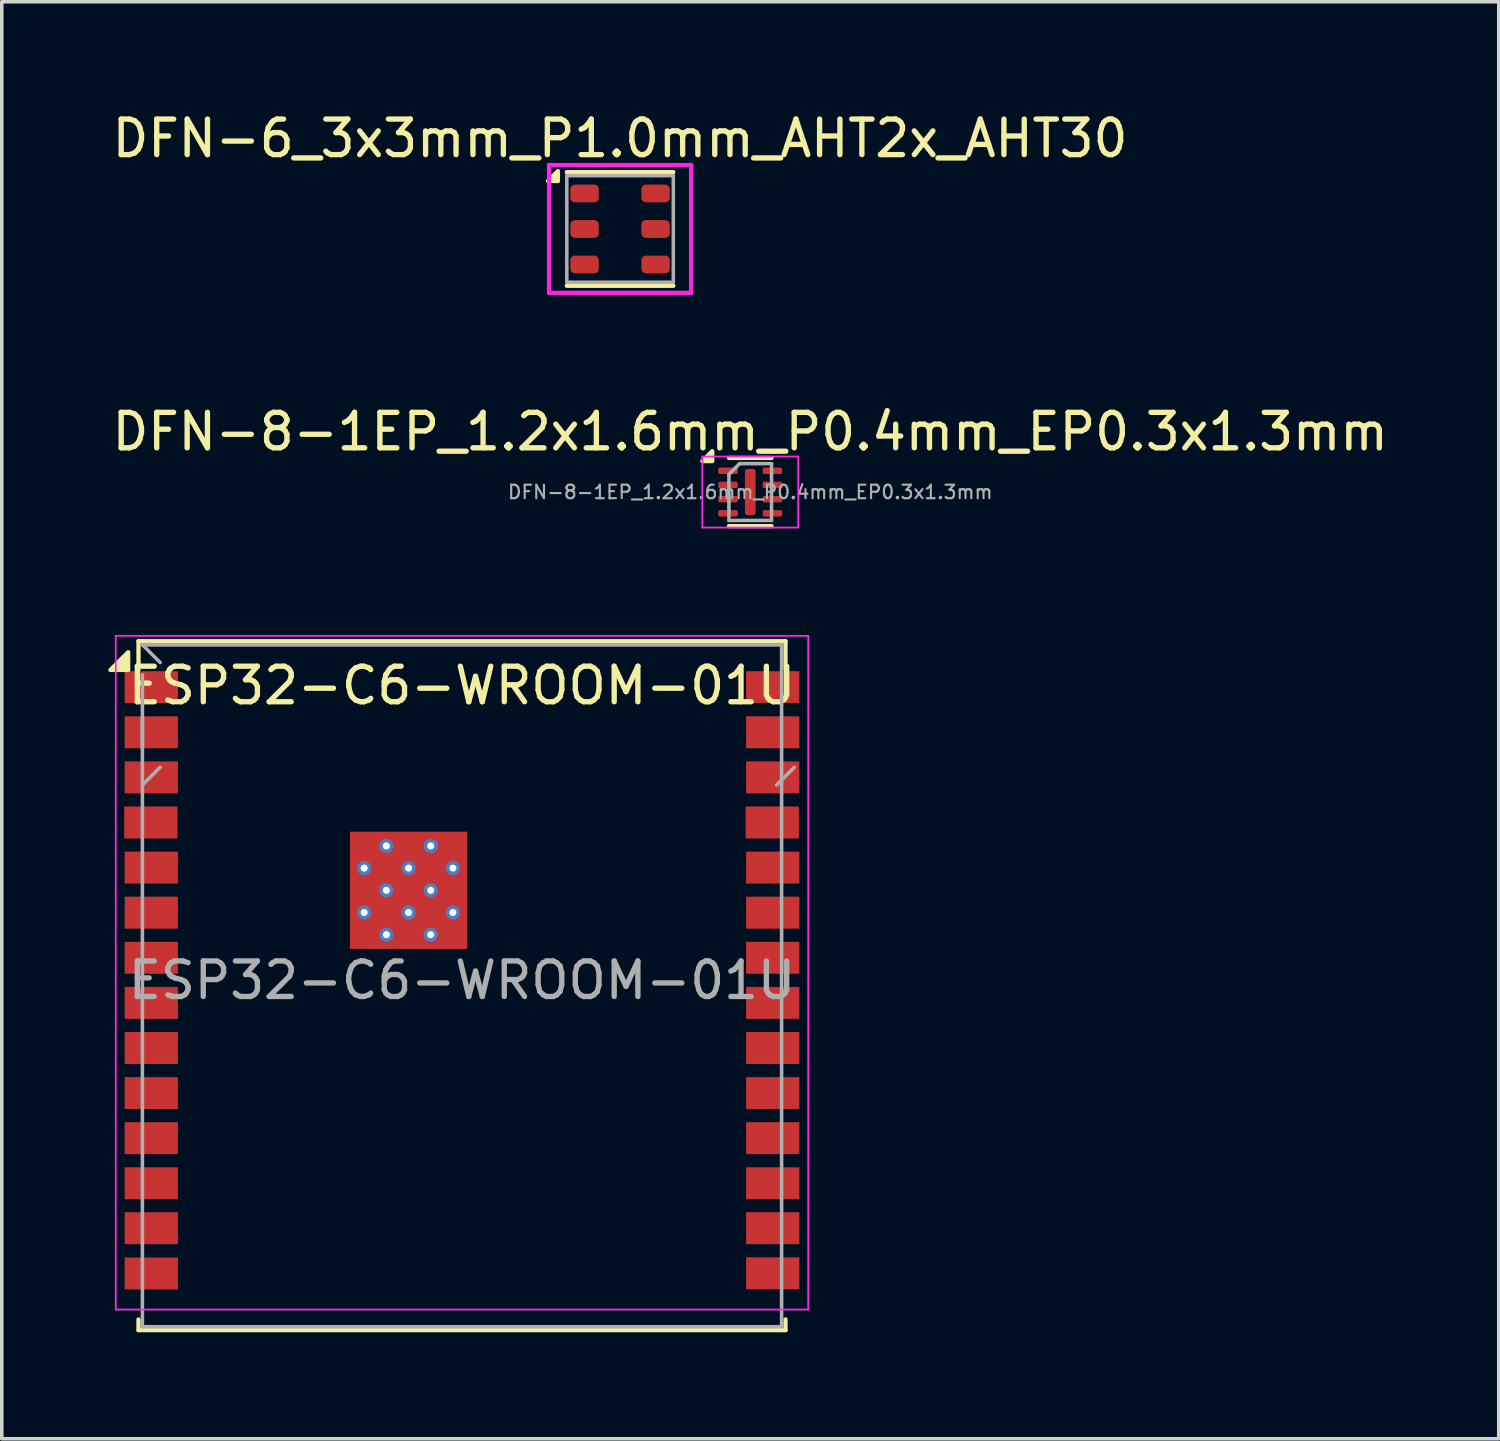
<source format=kicad_pcb>
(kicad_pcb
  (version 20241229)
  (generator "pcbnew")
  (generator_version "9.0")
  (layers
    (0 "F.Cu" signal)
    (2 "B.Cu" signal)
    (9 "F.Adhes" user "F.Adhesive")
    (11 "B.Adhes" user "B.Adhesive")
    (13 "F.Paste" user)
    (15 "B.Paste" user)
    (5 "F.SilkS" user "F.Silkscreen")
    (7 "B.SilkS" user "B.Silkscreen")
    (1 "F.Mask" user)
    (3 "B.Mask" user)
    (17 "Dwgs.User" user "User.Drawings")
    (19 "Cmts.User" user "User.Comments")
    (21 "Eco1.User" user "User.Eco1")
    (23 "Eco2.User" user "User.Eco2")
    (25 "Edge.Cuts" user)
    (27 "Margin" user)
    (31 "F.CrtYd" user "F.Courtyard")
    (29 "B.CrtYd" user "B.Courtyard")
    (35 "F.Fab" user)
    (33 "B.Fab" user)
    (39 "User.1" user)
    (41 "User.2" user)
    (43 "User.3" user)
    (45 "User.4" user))
  (footprint "ESP32-C6-WROOM-01U"
    (layer "F.Cu")
    (at 9.96 24.556)
    (property "Reference" "ESP32-C6-WROOM-01U" (at 0 -8.3 180) (layer "F.SilkS") (effects (font (size 1 1) (thickness 0.15))))
    (attr smd)
    (fp_line (start -9.11 -9.55) (end -9.11 -8.75) (stroke (width 0.12) (type solid)) (layer "F.SilkS"))
    (fp_line (start -9.11 -9.55) (end 9.11 -9.55) (stroke (width 0.12) (type solid)) (layer "F.SilkS"))
    (fp_line (start -9.11 9.55) (end -9.11 9.85) (stroke (width 0.12) (type solid)) (layer "F.SilkS"))
    (fp_line (start -9.11 9.85) (end 9.11 9.85) (stroke (width 0.12) (type solid)) (layer "F.SilkS"))
    (fp_line (start 9.11 -9.55) (end 9.11 -8.75) (stroke (width 0.12) (type solid)) (layer "F.SilkS"))
    (fp_line (start 9.11 9.55) (end 9.11 9.85) (stroke (width 0.12) (type solid)) (layer "F.SilkS"))
    (fp_poly (pts (xy -9.4 -8.74) (xy -9.9 -8.74) (xy -9.4 -9.24) (xy -9.4 -8.74)) (stroke (width 0.12) (type solid)) (fill yes) (layer "F.SilkS"))
    (fp_line (start -9.75 -9.7) (end 9.75 -9.7) (stroke (width 0.05) (type solid)) (layer "F.CrtYd"))
    (fp_line (start -9.75 9.271) (end -9.75 -9.7) (stroke (width 0.05) (type solid)) (layer "F.CrtYd"))
    (fp_line (start -9.75 9.271) (end 9.75 9.271) (stroke (width 0.05) (type solid)) (layer "F.CrtYd"))
    (fp_line (start 9.75 -9.7) (end 9.75 9.271) (stroke (width 0.05) (type solid)) (layer "F.CrtYd"))
    (fp_line (start -9 -9.45) (end -8.5 -8.95) (stroke (width 0.1) (type solid)) (layer "F.Fab"))
    (fp_line (start -9 -9.445) (end 9 -9.445) (stroke (width 0.1) (type solid)) (layer "F.Fab"))
    (fp_line (start -9 -8.601) (end -9 9.755) (stroke (width 0.1) (type solid)) (layer "F.Fab"))
    (fp_line (start -9 -7.4) (end -9 -6.5) (stroke (width 0.1) (type solid)) (layer "F.Fab"))
    (fp_line (start -9 9.755) (end 9 9.755) (stroke (width 0.1) (type solid)) (layer "F.Fab"))
    (fp_line (start -8.5 -6) (end -9 -5.5) (stroke (width 0.1) (type solid)) (layer "F.Fab"))
    (fp_line (start 9 9.755) (end 9 -9.445) (stroke (width 0.1) (type solid)) (layer "F.Fab"))
    (fp_line (start 9.36 -6) (end 8.86 -5.5) (stroke (width 0.1) (type solid)) (layer "F.Fab"))
    (fp_text user "${REFERENCE}" (at 0 0 0) (layer "F.Fab") (effects (font (size 1 1) (thickness 0.15))))
    (pad "" smd rect (at -2.755 -3.785) (size 0.8 0.8) (layers "F.Paste"))
    (pad "" smd rect (at -2.755 -2.535) (size 0.8 0.8) (layers "F.Paste"))
    (pad "" smd rect (at -2.755 -1.285) (size 0.8 0.8) (layers "F.Paste"))
    (pad "" smd rect (at -1.505 -3.785) (size 0.8 0.8) (layers "F.Paste"))
    (pad "" smd rect (at -1.505 -2.535) (size 0.8 0.8) (layers "F.Paste"))
    (pad "" smd rect (at -1.505 -1.285) (size 0.8 0.8) (layers "F.Paste"))
    (pad "" smd rect (at -0.255 -3.785) (size 0.8 0.8) (layers "F.Paste"))
    (pad "" smd rect (at -0.255 -2.535) (size 0.8 0.8) (layers "F.Paste"))
    (pad "" smd rect (at -0.255 -1.285) (size 0.8 0.8) (layers "F.Paste"))
    (pad "1" smd rect (at -8.75 -8.255) (size 1.5 0.9) (layers "F.Cu" "F.Mask" "F.Paste"))
    (pad "2" smd rect (at -8.75 -6.985) (size 1.5 0.9) (layers "F.Cu" "F.Mask" "F.Paste"))
    (pad "3" smd rect (at -8.75 -5.715) (size 1.5 0.9) (layers "F.Cu" "F.Mask" "F.Paste"))
    (pad "4" smd rect (at -8.763 -4.445) (size 1.5 0.9) (layers "F.Cu" "F.Mask" "F.Paste"))
    (pad "5" smd rect (at -8.75 -3.175) (size 1.5 0.9) (layers "F.Cu" "F.Mask" "F.Paste"))
    (pad "6" smd rect (at -8.75 -1.905) (size 1.5 0.9) (layers "F.Cu" "F.Mask" "F.Paste"))
    (pad "7" smd rect (at -8.75 -0.635) (size 1.5 0.9) (layers "F.Cu" "F.Mask" "F.Paste"))
    (pad "8" smd rect (at -8.75 0.635) (size 1.5 0.9) (layers "F.Cu" "F.Mask" "F.Paste"))
    (pad "9" smd rect (at -8.75 1.905) (size 1.5 0.9) (layers "F.Cu" "F.Mask" "F.Paste"))
    (pad "10" smd rect (at -8.75 3.175) (size 1.5 0.9) (layers "F.Cu" "F.Mask" "F.Paste"))
    (pad "11" smd rect (at -8.75 4.445) (size 1.5 0.9) (layers "F.Cu" "F.Mask" "F.Paste"))
    (pad "12" smd rect (at -8.75 5.715) (size 1.5 0.9) (layers "F.Cu" "F.Mask" "F.Paste"))
    (pad "13" smd rect (at -8.75 6.98) (size 1.5 0.9) (layers "F.Cu" "F.Mask" "F.Paste"))
    (pad "14" smd rect (at -8.75 8.255) (size 1.5 0.9) (layers "F.Cu" "F.Mask" "F.Paste"))
    (pad "15" smd rect (at 8.75 8.25) (size 1.5 0.9) (layers "F.Cu" "F.Mask" "F.Paste"))
    (pad "16" smd rect (at 8.75 6.98) (size 1.5 0.9) (layers "F.Cu" "F.Mask" "F.Paste"))
    (pad "17" smd rect (at 8.75 5.715) (size 1.5 0.9) (layers "F.Cu" "F.Mask" "F.Paste"))
    (pad "18" smd rect (at 8.75 4.445) (size 1.5 0.9) (layers "F.Cu" "F.Mask" "F.Paste"))
    (pad "19" smd rect (at 8.75 3.175) (size 1.5 0.9) (layers "F.Cu" "F.Mask" "F.Paste"))
    (pad "20" smd rect (at 8.75 1.905) (size 1.5 0.9) (layers "F.Cu" "F.Mask" "F.Paste"))
    (pad "21" smd rect (at 8.75 0.635) (size 1.5 0.9) (layers "F.Cu" "F.Mask" "F.Paste"))
    (pad "22" smd rect (at 8.75 -0.635) (size 1.5 0.9) (layers "F.Cu" "F.Mask" "F.Paste"))
    (pad "23" smd rect (at 8.75 -1.905) (size 1.5 0.9) (layers "F.Cu" "F.Mask" "F.Paste"))
    (pad "24" smd rect (at 8.75 -3.175) (size 1.5 0.9) (layers "F.Cu" "F.Mask" "F.Paste"))
    (pad "25" smd rect (at 8.737 -4.445) (size 1.5 0.9) (layers "F.Cu" "F.Mask" "F.Paste"))
    (pad "26" smd rect (at 8.75 -5.715) (size 1.5 0.9) (layers "F.Cu" "F.Mask" "F.Paste"))
    (pad "27" smd rect (at 8.75 -6.985) (size 1.5 0.9) (layers "F.Cu" "F.Mask" "F.Paste"))
    (pad "28" smd rect (at 8.75 -8.255) (size 1.5 0.9) (layers "F.Cu" "F.Mask" "F.Paste"))
    (pad "29" thru_hole circle (at -2.755 -3.16) (size 0.4 0.4) (drill 0.2) (layers "*.Cu" "*.Mask"))
    (pad "29" thru_hole circle (at -2.755 -1.91) (size 0.4 0.4) (drill 0.2) (layers "*.Cu" "*.Mask"))
    (pad "29" thru_hole circle (at -2.13 -3.785) (size 0.4 0.4) (drill 0.2) (layers "*.Cu" "*.Mask"))
    (pad "29" thru_hole circle (at -2.13 -2.535) (size 0.4 0.4) (drill 0.2) (layers "*.Cu" "*.Mask"))
    (pad "29" thru_hole circle (at -2.13 -1.285) (size 0.4 0.4) (drill 0.2) (layers "*.Cu" "*.Mask"))
    (pad "29" thru_hole circle (at -1.505 -3.16) (size 0.4 0.4) (drill 0.2) (layers "*.Cu" "*.Mask"))
    (pad "29" smd rect (at -1.505 -2.535) (size 3.3 3.3) (layers "F.Cu" "F.Mask"))
    (pad "29" thru_hole circle (at -1.505 -1.91) (size 0.4 0.4) (drill 0.2) (layers "*.Cu" "*.Mask"))
    (pad "29" thru_hole circle (at -0.88 -3.785) (size 0.4 0.4) (drill 0.2) (layers "*.Cu" "*.Mask"))
    (pad "29" thru_hole circle (at -0.88 -2.535) (size 0.4 0.4) (drill 0.2) (layers "*.Cu" "*.Mask"))
    (pad "29" thru_hole circle (at -0.88 -1.285) (size 0.4 0.4) (drill 0.2) (layers "*.Cu" "*.Mask"))
    (pad "29" thru_hole circle (at -0.255 -3.16) (size 0.4 0.4) (drill 0.2) (layers "*.Cu" "*.Mask"))
    (pad "29" thru_hole circle (at -0.255 -1.91) (size 0.4 0.4) (drill 0.2) (layers "*.Cu" "*.Mask")))
  (footprint "DFN-8-1EP_1.2x1.6mm_P0.4mm_EP0.3x1.3mm"
    (layer "F.Cu")
    (at 18.077 10.806)
    (property "Reference" "DFN-8-1EP_1.2x1.6mm_P0.4mm_EP0.3x1.3mm" (at 0 -1.7 0) (layer "F.SilkS") (effects (font (size 1 1) (thickness 0.15))))
    (attr smd)
    (fp_line (start -0.6 -0.96) (end 0.6 -0.96) (stroke (width 0.12) (type solid)) (layer "F.SilkS"))
    (fp_line (start -0.6 0.96) (end 0.6 0.96) (stroke (width 0.12) (type solid)) (layer "F.SilkS"))
    (fp_poly (pts (xy -1.07 -0.87) (xy -1.35 -0.87) (xy -1.07 -1.15) (xy -1.07 -0.87)) (stroke (width 0.12) (type solid)) (fill yes) (layer "F.SilkS"))
    (fp_line (start -1.35 -1) (end -1.35 1) (stroke (width 0.05) (type solid)) (layer "F.CrtYd"))
    (fp_line (start -1.35 1) (end 1.35 1) (stroke (width 0.05) (type solid)) (layer "F.CrtYd"))
    (fp_line (start 1.35 -1) (end -1.35 -1) (stroke (width 0.05) (type solid)) (layer "F.CrtYd"))
    (fp_line (start 1.35 1) (end 1.35 -1) (stroke (width 0.05) (type solid)) (layer "F.CrtYd"))
    (fp_line (start -0.6 -0.5) (end -0.3 -0.8) (stroke (width 0.1) (type solid)) (layer "F.Fab"))
    (fp_line (start -0.6 0.8) (end -0.6 -0.5) (stroke (width 0.1) (type solid)) (layer "F.Fab"))
    (fp_line (start -0.3 -0.8) (end 0.6 -0.8) (stroke (width 0.1) (type solid)) (layer "F.Fab"))
    (fp_line (start 0.6 -0.8) (end 0.6 0.8) (stroke (width 0.1) (type solid)) (layer "F.Fab"))
    (fp_line (start 0.6 0.8) (end -0.6 0.8) (stroke (width 0.1) (type solid)) (layer "F.Fab"))
    (fp_text user "${REFERENCE}" (at 0 0 0) (layer "F.Fab") (effects (font (size 0.38 0.38) (thickness 0.06))))
    (pad "1" smd roundrect (at -0.625 -0.6) (size 0.55 0.18) (layers "F.Cu" "F.Mask" "F.Paste") (roundrect_rratio 0.25))
    (pad "2" smd roundrect (at -0.625 -0.2) (size 0.55 0.18) (layers "F.Cu" "F.Mask" "F.Paste") (roundrect_rratio 0.25))
    (pad "3" smd roundrect (at -0.625 0.2) (size 0.55 0.18) (layers "F.Cu" "F.Mask" "F.Paste") (roundrect_rratio 0.25))
    (pad "4" smd roundrect (at -0.625 0.6) (size 0.55 0.18) (layers "F.Cu" "F.Mask" "F.Paste") (roundrect_rratio 0.25))
    (pad "5" smd roundrect (at 0.625 0.6) (size 0.55 0.18) (layers "F.Cu" "F.Mask" "F.Paste") (roundrect_rratio 0.25))
    (pad "6" smd roundrect (at 0.625 0.2) (size 0.55 0.18) (layers "F.Cu" "F.Mask" "F.Paste") (roundrect_rratio 0.25))
    (pad "7" smd roundrect (at 0.625 -0.2) (size 0.55 0.18) (layers "F.Cu" "F.Mask" "F.Paste") (roundrect_rratio 0.25))
    (pad "8" smd roundrect (at 0.625 -0.6) (size 0.55 0.18) (layers "F.Cu" "F.Mask" "F.Paste") (roundrect_rratio 0.25))
    (pad "9" smd roundrect (at 0 0) (size 0.3 1.3) (property pad_prop_heatsink) (layers "F.Cu" "F.Mask" "F.Paste") (roundrect_rratio 0.25)))
  (footprint "DFN-6_3x3mm_P1.0mm_AHT2x_AHT30"
    (layer "F.Cu")
    (at 14.411 3.398)
    (property "Reference" "DFN-6_3x3mm_P1.0mm_AHT2x_AHT30" (at 0 -2.55 0) (unlocked yes) (layer "F.SilkS") (effects (font (size 1 1) (thickness 0.15))))
    (attr smd)
    (fp_line (start -1.5 -1.6) (end 1.5 -1.6) (stroke (width 0.12) (type default)) (layer "F.SilkS"))
    (fp_line (start -1.5 1.6) (end 1.5 1.6) (stroke (width 0.12) (type default)) (layer "F.SilkS"))
    (fp_poly (pts (xy -1.75 -1.35) (xy -2.03 -1.35) (xy -1.75 -1.63) (xy -1.75 -1.35)) (stroke (width 0.12) (type solid)) (fill yes) (layer "F.SilkS"))
    (fp_line (start -2 -1.8) (end -2 1.8) (stroke (width 0.12) (type default)) (layer "F.CrtYd"))
    (fp_line (start -2 1.8) (end 2 1.8) (stroke (width 0.12) (type default)) (layer "F.CrtYd"))
    (fp_line (start 2 -1.8) (end -2 -1.8) (stroke (width 0.12) (type default)) (layer "F.CrtYd"))
    (fp_line (start 2 1.8) (end 2 -1.8) (stroke (width 0.12) (type default)) (layer "F.CrtYd"))
    (fp_line (start -1.5 -1.5) (end 1.5 -1.5) (stroke (width 0.1) (type default)) (layer "F.Fab"))
    (fp_line (start -1.5 1.5) (end -1.5 -1.5) (stroke (width 0.1) (type default)) (layer "F.Fab"))
    (fp_line (start 1.5 -1.5) (end 1.5 1.5) (stroke (width 0.1) (type default)) (layer "F.Fab"))
    (fp_line (start 1.5 1.5) (end -1.5 1.5) (stroke (width 0.1) (type default)) (layer "F.Fab"))
    (pad "1" smd roundrect (at -1 -1) (size 0.8 0.5) (layers "F.Cu" "F.Mask" "F.Paste") (roundrect_rratio 0.25))
    (pad "2" smd roundrect (at -1 0) (size 0.8 0.5) (layers "F.Cu" "F.Mask" "F.Paste") (roundrect_rratio 0.25))
    (pad "3" smd roundrect (at -1 1) (size 0.8 0.5) (layers "F.Cu" "F.Mask" "F.Paste") (roundrect_rratio 0.25))
    (pad "4" smd roundrect (at 1 1) (size 0.8 0.5) (layers "F.Cu" "F.Mask" "F.Paste") (roundrect_rratio 0.25))
    (pad "5" smd roundrect (at 1 0) (size 0.8 0.5) (layers "F.Cu" "F.Mask" "F.Paste") (roundrect_rratio 0.25))
    (pad "6" smd roundrect (at 1 -1) (size 0.8 0.5) (layers "F.Cu" "F.Mask" "F.Paste") (roundrect_rratio 0.25)))
  (gr_rect
    (start -3 -3)
    (end 39.155 37.467)
    (stroke (width 0.1) (type default))
    (fill no)
    (layer "Edge.Cuts")))
</source>
